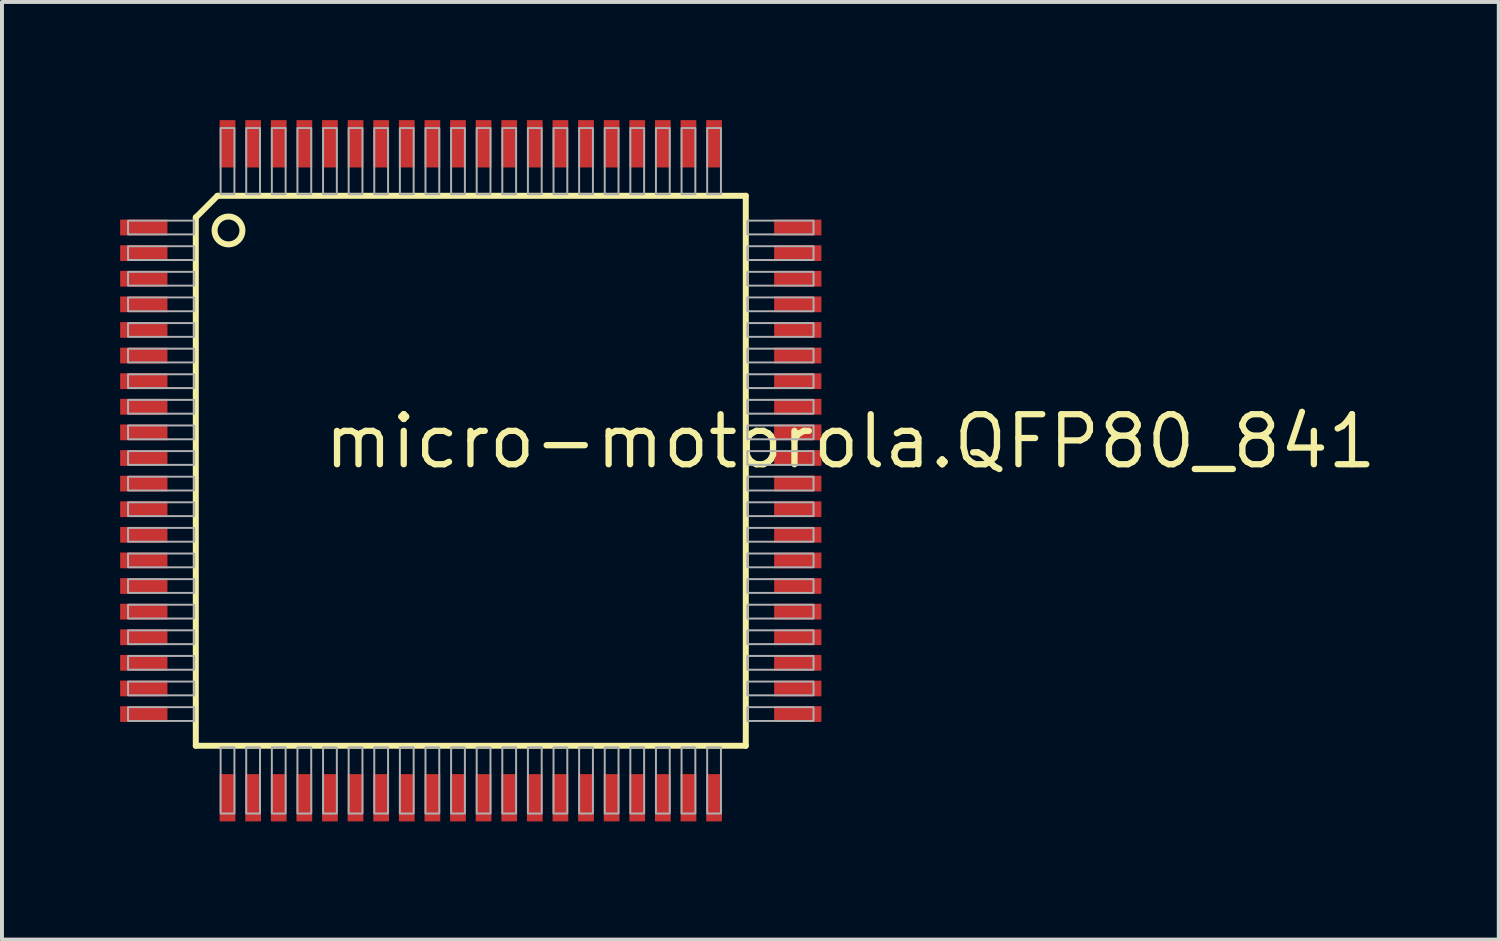
<source format=kicad_pcb>
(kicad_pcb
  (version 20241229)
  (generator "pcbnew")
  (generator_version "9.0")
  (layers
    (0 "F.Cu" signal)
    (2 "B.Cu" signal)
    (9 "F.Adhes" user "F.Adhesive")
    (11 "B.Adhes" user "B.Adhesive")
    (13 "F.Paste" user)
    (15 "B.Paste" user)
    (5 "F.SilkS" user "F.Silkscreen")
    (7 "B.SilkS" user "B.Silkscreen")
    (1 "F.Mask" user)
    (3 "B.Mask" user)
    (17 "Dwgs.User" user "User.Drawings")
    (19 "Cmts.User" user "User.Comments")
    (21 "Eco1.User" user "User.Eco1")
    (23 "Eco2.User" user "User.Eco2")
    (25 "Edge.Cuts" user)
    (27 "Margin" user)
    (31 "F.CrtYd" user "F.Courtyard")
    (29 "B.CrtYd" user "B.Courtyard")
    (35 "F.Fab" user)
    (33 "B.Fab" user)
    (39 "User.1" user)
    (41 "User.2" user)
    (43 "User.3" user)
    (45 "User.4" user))
  (footprint "micro-motorola.QFP80_841"
    (layer "F.Cu")
    (at 8.9 8.9)
    (property "Reference" "micro-motorola.QFP80_841" (at -3.803 -0.003 0) (layer "F.SilkS") (effects (font (size 1.27 1.27) (thickness 0.16)) (justify left bottom)))
    (attr smd)
    (fp_line (start -6.98 -6.43) (end -6.43 -6.98) (stroke (width 0.152) (type default)) (layer "F.SilkS"))
    (fp_line (start -6.98 6.98) (end -6.98 -6.43) (stroke (width 0.152) (type default)) (layer "F.SilkS"))
    (fp_line (start -6.43 -6.98) (end 6.98 -6.98) (stroke (width 0.152) (type default)) (layer "F.SilkS"))
    (fp_line (start 6.98 -6.98) (end 6.98 6.98) (stroke (width 0.152) (type default)) (layer "F.SilkS"))
    (fp_line (start 6.98 6.98) (end -6.98 6.98) (stroke (width 0.152) (type default)) (layer "F.SilkS"))
    (fp_circle (center -6.15 -6.1) (end -5.796 -6.1) (stroke (width 0.152) (type default)) (fill no) (layer "F.SilkS"))
    (fp_rect (start -8.7 -6) (end -7.02 -6.35) (stroke (width 0.05) (type default)) (fill no) (layer "F.Fab"))
    (fp_rect (start -8.7 -5.35) (end -7.02 -5.7) (stroke (width 0.05) (type default)) (fill no) (layer "F.Fab"))
    (fp_rect (start -8.7 -4.7) (end -7.02 -5.05) (stroke (width 0.05) (type default)) (fill no) (layer "F.Fab"))
    (fp_rect (start -8.7 -4.05) (end -7.02 -4.4) (stroke (width 0.05) (type default)) (fill no) (layer "F.Fab"))
    (fp_rect (start -8.7 -3.4) (end -7.02 -3.75) (stroke (width 0.05) (type default)) (fill no) (layer "F.Fab"))
    (fp_rect (start -8.7 -2.75) (end -7.02 -3.1) (stroke (width 0.05) (type default)) (fill no) (layer "F.Fab"))
    (fp_rect (start -8.7 -2.1) (end -7.02 -2.45) (stroke (width 0.05) (type default)) (fill no) (layer "F.Fab"))
    (fp_rect (start -8.7 -1.45) (end -7.02 -1.8) (stroke (width 0.05) (type default)) (fill no) (layer "F.Fab"))
    (fp_rect (start -8.7 -0.8) (end -7.02 -1.15) (stroke (width 0.05) (type default)) (fill no) (layer "F.Fab"))
    (fp_rect (start -8.7 -0.15) (end -7.02 -0.5) (stroke (width 0.05) (type default)) (fill no) (layer "F.Fab"))
    (fp_rect (start -8.7 0.5) (end -7.02 0.15) (stroke (width 0.05) (type default)) (fill no) (layer "F.Fab"))
    (fp_rect (start -8.7 1.15) (end -7.02 0.8) (stroke (width 0.05) (type default)) (fill no) (layer "F.Fab"))
    (fp_rect (start -8.7 1.8) (end -7.02 1.45) (stroke (width 0.05) (type default)) (fill no) (layer "F.Fab"))
    (fp_rect (start -8.7 2.45) (end -7.02 2.1) (stroke (width 0.05) (type default)) (fill no) (layer "F.Fab"))
    (fp_rect (start -8.7 3.1) (end -7.02 2.75) (stroke (width 0.05) (type default)) (fill no) (layer "F.Fab"))
    (fp_rect (start -8.7 3.75) (end -7.02 3.4) (stroke (width 0.05) (type default)) (fill no) (layer "F.Fab"))
    (fp_rect (start -8.7 4.4) (end -7.02 4.05) (stroke (width 0.05) (type default)) (fill no) (layer "F.Fab"))
    (fp_rect (start -8.7 5.05) (end -7.02 4.7) (stroke (width 0.05) (type default)) (fill no) (layer "F.Fab"))
    (fp_rect (start -8.7 5.7) (end -7.02 5.35) (stroke (width 0.05) (type default)) (fill no) (layer "F.Fab"))
    (fp_rect (start -8.7 6.35) (end -7.02 6) (stroke (width 0.05) (type default)) (fill no) (layer "F.Fab"))
    (fp_rect (start -6.35 -7.02) (end -6 -8.7) (stroke (width 0.05) (type default)) (fill no) (layer "F.Fab"))
    (fp_rect (start -6.35 8.7) (end -6 7.02) (stroke (width 0.05) (type default)) (fill no) (layer "F.Fab"))
    (fp_rect (start -5.7 -7.02) (end -5.35 -8.7) (stroke (width 0.05) (type default)) (fill no) (layer "F.Fab"))
    (fp_rect (start -5.7 8.7) (end -5.35 7.02) (stroke (width 0.05) (type default)) (fill no) (layer "F.Fab"))
    (fp_rect (start -5.05 -7.02) (end -4.7 -8.7) (stroke (width 0.05) (type default)) (fill no) (layer "F.Fab"))
    (fp_rect (start -5.05 8.7) (end -4.7 7.02) (stroke (width 0.05) (type default)) (fill no) (layer "F.Fab"))
    (fp_rect (start -4.4 -7.02) (end -4.05 -8.7) (stroke (width 0.05) (type default)) (fill no) (layer "F.Fab"))
    (fp_rect (start -4.4 8.7) (end -4.05 7.02) (stroke (width 0.05) (type default)) (fill no) (layer "F.Fab"))
    (fp_rect (start -3.75 -7.02) (end -3.4 -8.7) (stroke (width 0.05) (type default)) (fill no) (layer "F.Fab"))
    (fp_rect (start -3.75 8.7) (end -3.4 7.02) (stroke (width 0.05) (type default)) (fill no) (layer "F.Fab"))
    (fp_rect (start -3.1 -7.02) (end -2.75 -8.7) (stroke (width 0.05) (type default)) (fill no) (layer "F.Fab"))
    (fp_rect (start -3.1 8.7) (end -2.75 7.02) (stroke (width 0.05) (type default)) (fill no) (layer "F.Fab"))
    (fp_rect (start -2.45 -7.02) (end -2.1 -8.7) (stroke (width 0.05) (type default)) (fill no) (layer "F.Fab"))
    (fp_rect (start -2.45 8.7) (end -2.1 7.02) (stroke (width 0.05) (type default)) (fill no) (layer "F.Fab"))
    (fp_rect (start -1.8 -7.02) (end -1.45 -8.7) (stroke (width 0.05) (type default)) (fill no) (layer "F.Fab"))
    (fp_rect (start -1.8 8.7) (end -1.45 7.02) (stroke (width 0.05) (type default)) (fill no) (layer "F.Fab"))
    (fp_rect (start -1.15 -7.02) (end -0.8 -8.7) (stroke (width 0.05) (type default)) (fill no) (layer "F.Fab"))
    (fp_rect (start -1.15 8.7) (end -0.8 7.02) (stroke (width 0.05) (type default)) (fill no) (layer "F.Fab"))
    (fp_rect (start -0.5 -7.02) (end -0.15 -8.7) (stroke (width 0.05) (type default)) (fill no) (layer "F.Fab"))
    (fp_rect (start -0.5 8.7) (end -0.15 7.02) (stroke (width 0.05) (type default)) (fill no) (layer "F.Fab"))
    (fp_rect (start 0.15 -7.02) (end 0.5 -8.7) (stroke (width 0.05) (type default)) (fill no) (layer "F.Fab"))
    (fp_rect (start 0.15 8.7) (end 0.5 7.02) (stroke (width 0.05) (type default)) (fill no) (layer "F.Fab"))
    (fp_rect (start 0.8 -7.02) (end 1.15 -8.7) (stroke (width 0.05) (type default)) (fill no) (layer "F.Fab"))
    (fp_rect (start 0.8 8.7) (end 1.15 7.02) (stroke (width 0.05) (type default)) (fill no) (layer "F.Fab"))
    (fp_rect (start 1.45 -7.02) (end 1.8 -8.7) (stroke (width 0.05) (type default)) (fill no) (layer "F.Fab"))
    (fp_rect (start 1.45 8.7) (end 1.8 7.02) (stroke (width 0.05) (type default)) (fill no) (layer "F.Fab"))
    (fp_rect (start 2.1 -7.02) (end 2.45 -8.7) (stroke (width 0.05) (type default)) (fill no) (layer "F.Fab"))
    (fp_rect (start 2.1 8.7) (end 2.45 7.02) (stroke (width 0.05) (type default)) (fill no) (layer "F.Fab"))
    (fp_rect (start 2.75 -7.02) (end 3.1 -8.7) (stroke (width 0.05) (type default)) (fill no) (layer "F.Fab"))
    (fp_rect (start 2.75 8.7) (end 3.1 7.02) (stroke (width 0.05) (type default)) (fill no) (layer "F.Fab"))
    (fp_rect (start 3.4 -7.02) (end 3.75 -8.7) (stroke (width 0.05) (type default)) (fill no) (layer "F.Fab"))
    (fp_rect (start 3.4 8.7) (end 3.75 7.02) (stroke (width 0.05) (type default)) (fill no) (layer "F.Fab"))
    (fp_rect (start 4.05 -7.02) (end 4.4 -8.7) (stroke (width 0.05) (type default)) (fill no) (layer "F.Fab"))
    (fp_rect (start 4.05 8.7) (end 4.4 7.02) (stroke (width 0.05) (type default)) (fill no) (layer "F.Fab"))
    (fp_rect (start 4.7 -7.02) (end 5.05 -8.7) (stroke (width 0.05) (type default)) (fill no) (layer "F.Fab"))
    (fp_rect (start 4.7 8.7) (end 5.05 7.02) (stroke (width 0.05) (type default)) (fill no) (layer "F.Fab"))
    (fp_rect (start 5.35 -7.02) (end 5.7 -8.7) (stroke (width 0.05) (type default)) (fill no) (layer "F.Fab"))
    (fp_rect (start 5.35 8.7) (end 5.7 7.02) (stroke (width 0.05) (type default)) (fill no) (layer "F.Fab"))
    (fp_rect (start 6 -7.02) (end 6.35 -8.7) (stroke (width 0.05) (type default)) (fill no) (layer "F.Fab"))
    (fp_rect (start 6 8.7) (end 6.35 7.02) (stroke (width 0.05) (type default)) (fill no) (layer "F.Fab"))
    (fp_rect (start 7.02 -6) (end 8.7 -6.35) (stroke (width 0.05) (type default)) (fill no) (layer "F.Fab"))
    (fp_rect (start 7.02 -5.35) (end 8.7 -5.7) (stroke (width 0.05) (type default)) (fill no) (layer "F.Fab"))
    (fp_rect (start 7.02 -4.7) (end 8.7 -5.05) (stroke (width 0.05) (type default)) (fill no) (layer "F.Fab"))
    (fp_rect (start 7.02 -4.05) (end 8.7 -4.4) (stroke (width 0.05) (type default)) (fill no) (layer "F.Fab"))
    (fp_rect (start 7.02 -3.4) (end 8.7 -3.75) (stroke (width 0.05) (type default)) (fill no) (layer "F.Fab"))
    (fp_rect (start 7.02 -2.75) (end 8.7 -3.1) (stroke (width 0.05) (type default)) (fill no) (layer "F.Fab"))
    (fp_rect (start 7.02 -2.1) (end 8.7 -2.45) (stroke (width 0.05) (type default)) (fill no) (layer "F.Fab"))
    (fp_rect (start 7.02 -1.45) (end 8.7 -1.8) (stroke (width 0.05) (type default)) (fill no) (layer "F.Fab"))
    (fp_rect (start 7.02 -0.8) (end 8.7 -1.15) (stroke (width 0.05) (type default)) (fill no) (layer "F.Fab"))
    (fp_rect (start 7.02 -0.15) (end 8.7 -0.5) (stroke (width 0.05) (type default)) (fill no) (layer "F.Fab"))
    (fp_rect (start 7.02 0.5) (end 8.7 0.15) (stroke (width 0.05) (type default)) (fill no) (layer "F.Fab"))
    (fp_rect (start 7.02 1.15) (end 8.7 0.8) (stroke (width 0.05) (type default)) (fill no) (layer "F.Fab"))
    (fp_rect (start 7.02 1.8) (end 8.7 1.45) (stroke (width 0.05) (type default)) (fill no) (layer "F.Fab"))
    (fp_rect (start 7.02 2.45) (end 8.7 2.1) (stroke (width 0.05) (type default)) (fill no) (layer "F.Fab"))
    (fp_rect (start 7.02 3.1) (end 8.7 2.75) (stroke (width 0.05) (type default)) (fill no) (layer "F.Fab"))
    (fp_rect (start 7.02 3.75) (end 8.7 3.4) (stroke (width 0.05) (type default)) (fill no) (layer "F.Fab"))
    (fp_rect (start 7.02 4.4) (end 8.7 4.05) (stroke (width 0.05) (type default)) (fill no) (layer "F.Fab"))
    (fp_rect (start 7.02 5.05) (end 8.7 4.7) (stroke (width 0.05) (type default)) (fill no) (layer "F.Fab"))
    (fp_rect (start 7.02 5.7) (end 8.7 5.35) (stroke (width 0.05) (type default)) (fill no) (layer "F.Fab"))
    (fp_rect (start 7.02 6.35) (end 8.7 6) (stroke (width 0.05) (type default)) (fill no) (layer "F.Fab"))
    (pad "1" smd roundrect (at -8.3 -6.175) (size 1.2 0.4) (layers "F.Cu" "F.Mask" "F.Paste") (roundrect_rratio 0.01))
    (pad "2" smd roundrect (at -8.3 -5.525) (size 1.2 0.4) (layers "F.Cu" "F.Mask" "F.Paste") (roundrect_rratio 0.01))
    (pad "3" smd roundrect (at -8.3 -4.875) (size 1.2 0.4) (layers "F.Cu" "F.Mask" "F.Paste") (roundrect_rratio 0.01))
    (pad "4" smd roundrect (at -8.3 -4.225) (size 1.2 0.4) (layers "F.Cu" "F.Mask" "F.Paste") (roundrect_rratio 0.01))
    (pad "5" smd roundrect (at -8.3 -3.575) (size 1.2 0.4) (layers "F.Cu" "F.Mask" "F.Paste") (roundrect_rratio 0.01))
    (pad "6" smd roundrect (at -8.3 -2.925) (size 1.2 0.4) (layers "F.Cu" "F.Mask" "F.Paste") (roundrect_rratio 0.01))
    (pad "7" smd roundrect (at -8.3 -2.275) (size 1.2 0.4) (layers "F.Cu" "F.Mask" "F.Paste") (roundrect_rratio 0.01))
    (pad "8" smd roundrect (at -8.3 -1.625) (size 1.2 0.4) (layers "F.Cu" "F.Mask" "F.Paste") (roundrect_rratio 0.01))
    (pad "9" smd roundrect (at -8.3 -0.975) (size 1.2 0.4) (layers "F.Cu" "F.Mask" "F.Paste") (roundrect_rratio 0.01))
    (pad "10" smd roundrect (at -8.3 -0.325) (size 1.2 0.4) (layers "F.Cu" "F.Mask" "F.Paste") (roundrect_rratio 0.01))
    (pad "11" smd roundrect (at -8.3 0.325) (size 1.2 0.4) (layers "F.Cu" "F.Mask" "F.Paste") (roundrect_rratio 0.01))
    (pad "12" smd roundrect (at -8.3 0.975) (size 1.2 0.4) (layers "F.Cu" "F.Mask" "F.Paste") (roundrect_rratio 0.01))
    (pad "13" smd roundrect (at -8.3 1.625) (size 1.2 0.4) (layers "F.Cu" "F.Mask" "F.Paste") (roundrect_rratio 0.01))
    (pad "14" smd roundrect (at -8.3 2.275) (size 1.2 0.4) (layers "F.Cu" "F.Mask" "F.Paste") (roundrect_rratio 0.01))
    (pad "15" smd roundrect (at -8.3 2.925) (size 1.2 0.4) (layers "F.Cu" "F.Mask" "F.Paste") (roundrect_rratio 0.01))
    (pad "16" smd roundrect (at -8.3 3.575) (size 1.2 0.4) (layers "F.Cu" "F.Mask" "F.Paste") (roundrect_rratio 0.01))
    (pad "17" smd roundrect (at -8.3 4.225) (size 1.2 0.4) (layers "F.Cu" "F.Mask" "F.Paste") (roundrect_rratio 0.01))
    (pad "18" smd roundrect (at -8.3 4.875) (size 1.2 0.4) (layers "F.Cu" "F.Mask" "F.Paste") (roundrect_rratio 0.01))
    (pad "19" smd roundrect (at -8.3 5.525) (size 1.2 0.4) (layers "F.Cu" "F.Mask" "F.Paste") (roundrect_rratio 0.01))
    (pad "20" smd roundrect (at -8.3 6.175) (size 1.2 0.4) (layers "F.Cu" "F.Mask" "F.Paste") (roundrect_rratio 0.01))
    (pad "21" smd roundrect (at -6.175 8.3) (size 0.4 1.2) (layers "F.Cu" "F.Mask" "F.Paste") (roundrect_rratio 0.01))
    (pad "22" smd roundrect (at -5.525 8.3) (size 0.4 1.2) (layers "F.Cu" "F.Mask" "F.Paste") (roundrect_rratio 0.01))
    (pad "23" smd roundrect (at -4.875 8.3) (size 0.4 1.2) (layers "F.Cu" "F.Mask" "F.Paste") (roundrect_rratio 0.01))
    (pad "24" smd roundrect (at -4.225 8.3) (size 0.4 1.2) (layers "F.Cu" "F.Mask" "F.Paste") (roundrect_rratio 0.01))
    (pad "25" smd roundrect (at -3.575 8.3) (size 0.4 1.2) (layers "F.Cu" "F.Mask" "F.Paste") (roundrect_rratio 0.01))
    (pad "26" smd roundrect (at -2.925 8.3) (size 0.4 1.2) (layers "F.Cu" "F.Mask" "F.Paste") (roundrect_rratio 0.01))
    (pad "27" smd roundrect (at -2.275 8.3) (size 0.4 1.2) (layers "F.Cu" "F.Mask" "F.Paste") (roundrect_rratio 0.01))
    (pad "28" smd roundrect (at -1.625 8.3) (size 0.4 1.2) (layers "F.Cu" "F.Mask" "F.Paste") (roundrect_rratio 0.01))
    (pad "29" smd roundrect (at -0.975 8.3) (size 0.4 1.2) (layers "F.Cu" "F.Mask" "F.Paste") (roundrect_rratio 0.01))
    (pad "30" smd roundrect (at -0.325 8.3) (size 0.4 1.2) (layers "F.Cu" "F.Mask" "F.Paste") (roundrect_rratio 0.01))
    (pad "31" smd roundrect (at 0.325 8.3) (size 0.4 1.2) (layers "F.Cu" "F.Mask" "F.Paste") (roundrect_rratio 0.01))
    (pad "32" smd roundrect (at 0.975 8.3) (size 0.4 1.2) (layers "F.Cu" "F.Mask" "F.Paste") (roundrect_rratio 0.01))
    (pad "33" smd roundrect (at 1.625 8.3) (size 0.4 1.2) (layers "F.Cu" "F.Mask" "F.Paste") (roundrect_rratio 0.01))
    (pad "34" smd roundrect (at 2.275 8.3) (size 0.4 1.2) (layers "F.Cu" "F.Mask" "F.Paste") (roundrect_rratio 0.01))
    (pad "35" smd roundrect (at 2.925 8.3) (size 0.4 1.2) (layers "F.Cu" "F.Mask" "F.Paste") (roundrect_rratio 0.01))
    (pad "36" smd roundrect (at 3.575 8.3) (size 0.4 1.2) (layers "F.Cu" "F.Mask" "F.Paste") (roundrect_rratio 0.01))
    (pad "37" smd roundrect (at 4.225 8.3) (size 0.4 1.2) (layers "F.Cu" "F.Mask" "F.Paste") (roundrect_rratio 0.01))
    (pad "38" smd roundrect (at 4.875 8.3) (size 0.4 1.2) (layers "F.Cu" "F.Mask" "F.Paste") (roundrect_rratio 0.01))
    (pad "39" smd roundrect (at 5.525 8.3) (size 0.4 1.2) (layers "F.Cu" "F.Mask" "F.Paste") (roundrect_rratio 0.01))
    (pad "40" smd roundrect (at 6.175 8.3) (size 0.4 1.2) (layers "F.Cu" "F.Mask" "F.Paste") (roundrect_rratio 0.01))
    (pad "41" smd roundrect (at 8.3 6.175) (size 1.2 0.4) (layers "F.Cu" "F.Mask" "F.Paste") (roundrect_rratio 0.01))
    (pad "42" smd roundrect (at 8.3 5.525) (size 1.2 0.4) (layers "F.Cu" "F.Mask" "F.Paste") (roundrect_rratio 0.01))
    (pad "43" smd roundrect (at 8.3 4.875) (size 1.2 0.4) (layers "F.Cu" "F.Mask" "F.Paste") (roundrect_rratio 0.01))
    (pad "44" smd roundrect (at 8.3 4.225) (size 1.2 0.4) (layers "F.Cu" "F.Mask" "F.Paste") (roundrect_rratio 0.01))
    (pad "45" smd roundrect (at 8.3 3.575) (size 1.2 0.4) (layers "F.Cu" "F.Mask" "F.Paste") (roundrect_rratio 0.01))
    (pad "46" smd roundrect (at 8.3 2.925) (size 1.2 0.4) (layers "F.Cu" "F.Mask" "F.Paste") (roundrect_rratio 0.01))
    (pad "47" smd roundrect (at 8.3 2.275) (size 1.2 0.4) (layers "F.Cu" "F.Mask" "F.Paste") (roundrect_rratio 0.01))
    (pad "48" smd roundrect (at 8.3 1.625) (size 1.2 0.4) (layers "F.Cu" "F.Mask" "F.Paste") (roundrect_rratio 0.01))
    (pad "49" smd roundrect (at 8.3 0.975) (size 1.2 0.4) (layers "F.Cu" "F.Mask" "F.Paste") (roundrect_rratio 0.01))
    (pad "50" smd roundrect (at 8.3 0.325) (size 1.2 0.4) (layers "F.Cu" "F.Mask" "F.Paste") (roundrect_rratio 0.01))
    (pad "51" smd roundrect (at 8.3 -0.325) (size 1.2 0.4) (layers "F.Cu" "F.Mask" "F.Paste") (roundrect_rratio 0.01))
    (pad "52" smd roundrect (at 8.3 -0.975) (size 1.2 0.4) (layers "F.Cu" "F.Mask" "F.Paste") (roundrect_rratio 0.01))
    (pad "53" smd roundrect (at 8.3 -1.625) (size 1.2 0.4) (layers "F.Cu" "F.Mask" "F.Paste") (roundrect_rratio 0.01))
    (pad "54" smd roundrect (at 8.3 -2.275) (size 1.2 0.4) (layers "F.Cu" "F.Mask" "F.Paste") (roundrect_rratio 0.01))
    (pad "55" smd roundrect (at 8.3 -2.925) (size 1.2 0.4) (layers "F.Cu" "F.Mask" "F.Paste") (roundrect_rratio 0.01))
    (pad "56" smd roundrect (at 8.3 -3.575) (size 1.2 0.4) (layers "F.Cu" "F.Mask" "F.Paste") (roundrect_rratio 0.01))
    (pad "57" smd roundrect (at 8.3 -4.225) (size 1.2 0.4) (layers "F.Cu" "F.Mask" "F.Paste") (roundrect_rratio 0.01))
    (pad "58" smd roundrect (at 8.3 -4.875) (size 1.2 0.4) (layers "F.Cu" "F.Mask" "F.Paste") (roundrect_rratio 0.01))
    (pad "59" smd roundrect (at 8.3 -5.525) (size 1.2 0.4) (layers "F.Cu" "F.Mask" "F.Paste") (roundrect_rratio 0.01))
    (pad "60" smd roundrect (at 8.3 -6.175) (size 1.2 0.4) (layers "F.Cu" "F.Mask" "F.Paste") (roundrect_rratio 0.01))
    (pad "61" smd roundrect (at 6.175 -8.3) (size 0.4 1.2) (layers "F.Cu" "F.Mask" "F.Paste") (roundrect_rratio 0.01))
    (pad "62" smd roundrect (at 5.525 -8.3) (size 0.4 1.2) (layers "F.Cu" "F.Mask" "F.Paste") (roundrect_rratio 0.01))
    (pad "63" smd roundrect (at 4.875 -8.3) (size 0.4 1.2) (layers "F.Cu" "F.Mask" "F.Paste") (roundrect_rratio 0.01))
    (pad "64" smd roundrect (at 4.225 -8.3) (size 0.4 1.2) (layers "F.Cu" "F.Mask" "F.Paste") (roundrect_rratio 0.01))
    (pad "65" smd roundrect (at 3.575 -8.3) (size 0.4 1.2) (layers "F.Cu" "F.Mask" "F.Paste") (roundrect_rratio 0.01))
    (pad "66" smd roundrect (at 2.925 -8.3) (size 0.4 1.2) (layers "F.Cu" "F.Mask" "F.Paste") (roundrect_rratio 0.01))
    (pad "67" smd roundrect (at 2.275 -8.3) (size 0.4 1.2) (layers "F.Cu" "F.Mask" "F.Paste") (roundrect_rratio 0.01))
    (pad "68" smd roundrect (at 1.625 -8.3) (size 0.4 1.2) (layers "F.Cu" "F.Mask" "F.Paste") (roundrect_rratio 0.01))
    (pad "69" smd roundrect (at 0.975 -8.3) (size 0.4 1.2) (layers "F.Cu" "F.Mask" "F.Paste") (roundrect_rratio 0.01))
    (pad "70" smd roundrect (at 0.325 -8.3) (size 0.4 1.2) (layers "F.Cu" "F.Mask" "F.Paste") (roundrect_rratio 0.01))
    (pad "71" smd roundrect (at -0.325 -8.3) (size 0.4 1.2) (layers "F.Cu" "F.Mask" "F.Paste") (roundrect_rratio 0.01))
    (pad "72" smd roundrect (at -0.975 -8.3) (size 0.4 1.2) (layers "F.Cu" "F.Mask" "F.Paste") (roundrect_rratio 0.01))
    (pad "73" smd roundrect (at -1.625 -8.3) (size 0.4 1.2) (layers "F.Cu" "F.Mask" "F.Paste") (roundrect_rratio 0.01))
    (pad "74" smd roundrect (at -2.275 -8.3) (size 0.4 1.2) (layers "F.Cu" "F.Mask" "F.Paste") (roundrect_rratio 0.01))
    (pad "75" smd roundrect (at -2.925 -8.3) (size 0.4 1.2) (layers "F.Cu" "F.Mask" "F.Paste") (roundrect_rratio 0.01))
    (pad "76" smd roundrect (at -3.575 -8.3) (size 0.4 1.2) (layers "F.Cu" "F.Mask" "F.Paste") (roundrect_rratio 0.01))
    (pad "77" smd roundrect (at -4.225 -8.3) (size 0.4 1.2) (layers "F.Cu" "F.Mask" "F.Paste") (roundrect_rratio 0.01))
    (pad "78" smd roundrect (at -4.875 -8.3) (size 0.4 1.2) (layers "F.Cu" "F.Mask" "F.Paste") (roundrect_rratio 0.01))
    (pad "79" smd roundrect (at -5.525 -8.3) (size 0.4 1.2) (layers "F.Cu" "F.Mask" "F.Paste") (roundrect_rratio 0.01))
    (pad "80" smd roundrect (at -6.175 -8.3) (size 0.4 1.2) (layers "F.Cu" "F.Mask" "F.Paste") (roundrect_rratio 0.01)))
  (gr_rect
    (start -3 -3)
    (end 34.993 20.8)
    (stroke (width 0.1) (type default))
    (fill no)
    (layer "Edge.Cuts")))
</source>
